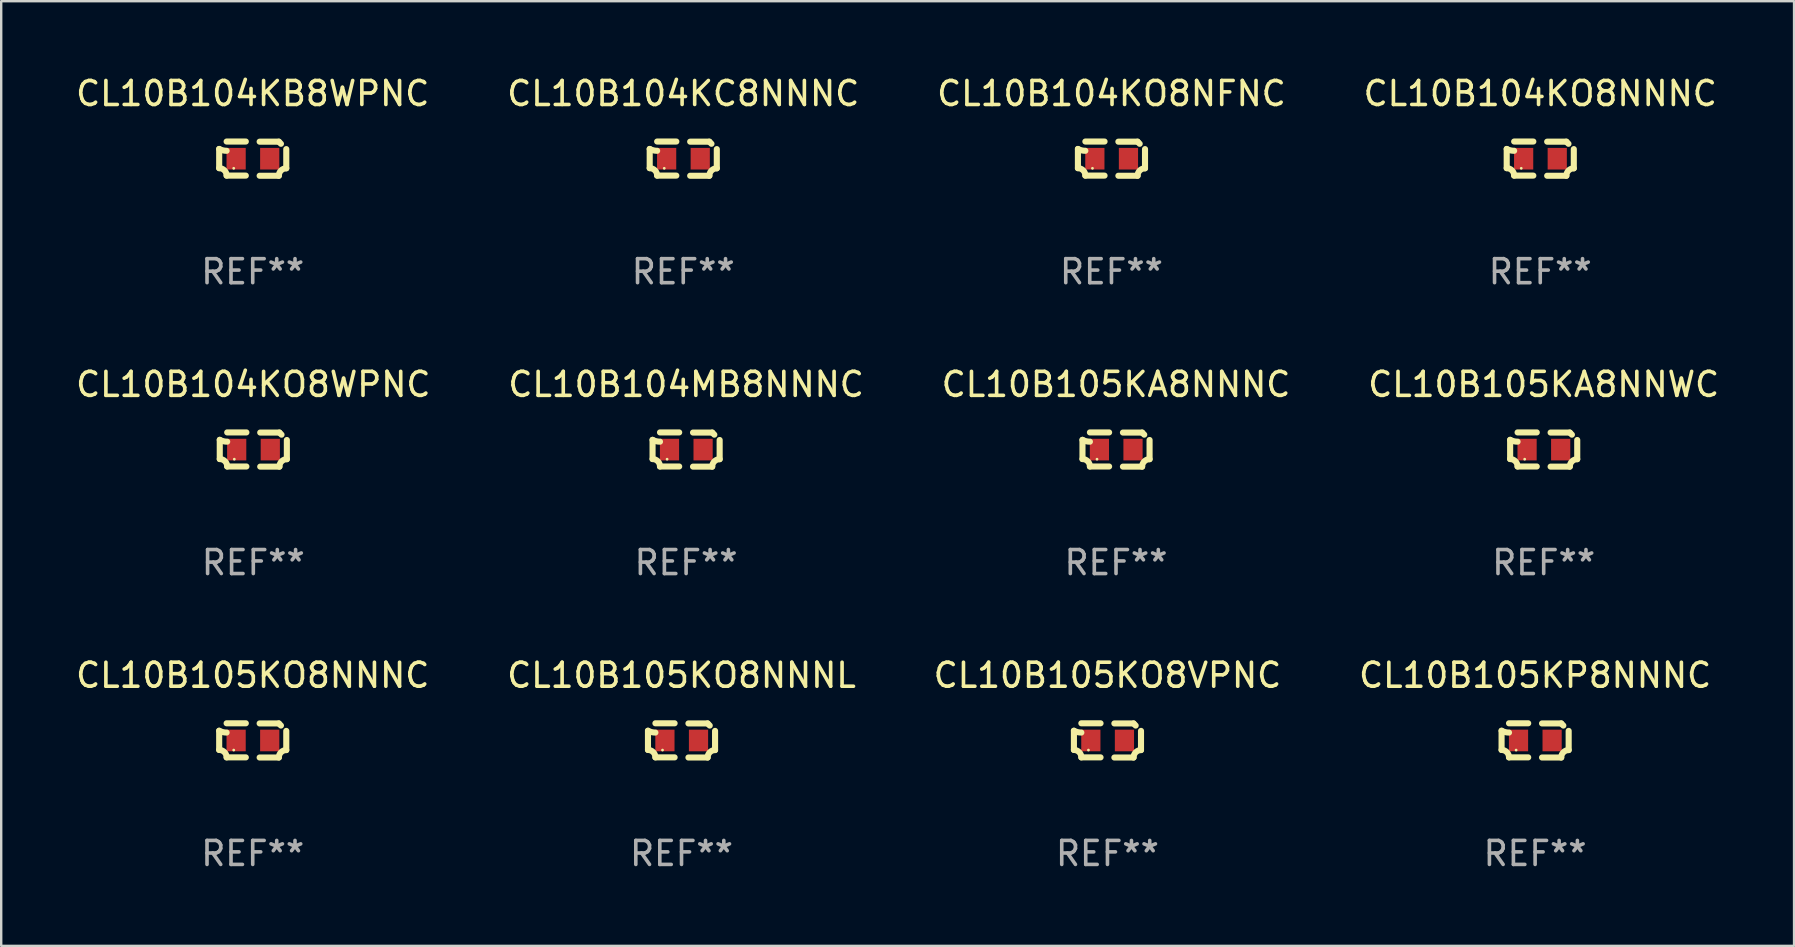
<source format=kicad_pcb>
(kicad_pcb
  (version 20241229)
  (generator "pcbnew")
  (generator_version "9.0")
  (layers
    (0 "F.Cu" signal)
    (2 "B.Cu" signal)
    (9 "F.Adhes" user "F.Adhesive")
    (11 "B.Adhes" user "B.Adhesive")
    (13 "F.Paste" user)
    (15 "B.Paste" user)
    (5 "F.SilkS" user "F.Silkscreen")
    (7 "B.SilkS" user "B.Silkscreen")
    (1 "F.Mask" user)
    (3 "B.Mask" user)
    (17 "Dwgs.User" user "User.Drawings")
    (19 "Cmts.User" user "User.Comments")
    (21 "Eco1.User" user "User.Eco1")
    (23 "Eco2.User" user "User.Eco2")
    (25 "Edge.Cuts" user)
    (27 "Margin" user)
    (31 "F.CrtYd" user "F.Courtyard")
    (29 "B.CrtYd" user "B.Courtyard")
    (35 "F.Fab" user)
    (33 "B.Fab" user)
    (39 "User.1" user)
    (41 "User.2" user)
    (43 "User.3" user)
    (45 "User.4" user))
  (footprint "CL10B105KP8NNNC"
    (layer "F.Cu")
    (at 60.923 27.805)
    (property "Reference" "CL10B105KP8NNNC" (at 0 -2.713 0) (layer "F.SilkS") (effects (font (size 1 1) (thickness 0.15))))
    (attr through_hole)
    (fp_line (start -1.398 -0.403) (end -1.398 0.397) (stroke (width 0.254) (type solid)) (layer "F.SilkS"))
    (fp_line (start -0.288 -0.713) (end -1.088 -0.713) (stroke (width 0.254) (type solid)) (layer "F.SilkS"))
    (fp_line (start -0.288 0.707) (end -1.088 0.707) (stroke (width 0.254) (type solid)) (layer "F.SilkS"))
    (fp_line (start 0.288 -0.707) (end 1.088 -0.707) (stroke (width 0.254) (type solid)) (layer "F.SilkS"))
    (fp_line (start 0.288 0.713) (end 1.088 0.713) (stroke (width 0.254) (type solid)) (layer "F.SilkS"))
    (fp_line (start 1.398 -0.397) (end 1.398 0.403) (stroke (width 0.254) (type solid)) (layer "F.SilkS"))
    (fp_arc (start -1.397789 0.397066) (mid -1.178701 0.487826) (end -1.08796 0.706922) (stroke (width 0.254001) (type solid)) (layer "F.SilkS"))
    (fp_arc (start -1.08796 -0.327176) (mid -1.247436 -0.346384) (end -1.39779 -0.402908) (stroke (width 0.254001) (type solid)) (layer "F.SilkS"))
    (fp_arc (start 1.087909 0.712738) (mid 1.178656 0.493655) (end 1.397739 0.402908) (stroke (width 0.254001) (type solid)) (layer "F.SilkS"))
    (fp_arc (start 1.175925 -0.618926) (mid 1.131917 -0.662923) (end 1.08791 -0.706922) (stroke (width 0.254001) (type solid)) (layer "F.SilkS"))
    (fp_circle (center -0.792 0.403) (end -0.762 0.403) (stroke (width 0.06) (type solid)) (fill no) (layer "F.SilkS"))
    (fp_text user "REF**" (at 0 4.713 0) (layer "F.Fab") (effects (font (size 1 1) (thickness 0.15))))
    (pad "1" smd rect (at -0.692 0.003) (size 0.8 0.9) (layers "F.Cu" "F.Mask" "F.Paste"))
    (pad "2" smd rect (at 0.708 0.003) (size 0.8 0.9) (layers "F.Cu" "F.Mask" "F.Paste")))
  (footprint "CL10B104MB8NNNC"
    (layer "F.Cu")
    (at 25.542 15.683)
    (property "Reference" "CL10B104MB8NNNC" (at 0 -2.713 0) (layer "F.SilkS") (effects (font (size 1 1) (thickness 0.15))))
    (attr through_hole)
    (fp_line (start -1.398 -0.403) (end -1.398 0.397) (stroke (width 0.254) (type solid)) (layer "F.SilkS"))
    (fp_line (start -0.288 -0.713) (end -1.088 -0.713) (stroke (width 0.254) (type solid)) (layer "F.SilkS"))
    (fp_line (start -0.288 0.707) (end -1.088 0.707) (stroke (width 0.254) (type solid)) (layer "F.SilkS"))
    (fp_line (start 0.288 -0.707) (end 1.088 -0.707) (stroke (width 0.254) (type solid)) (layer "F.SilkS"))
    (fp_line (start 0.288 0.713) (end 1.088 0.713) (stroke (width 0.254) (type solid)) (layer "F.SilkS"))
    (fp_line (start 1.398 -0.397) (end 1.398 0.403) (stroke (width 0.254) (type solid)) (layer "F.SilkS"))
    (fp_arc (start -1.397789 0.397066) (mid -1.178701 0.487826) (end -1.08796 0.706922) (stroke (width 0.254001) (type solid)) (layer "F.SilkS"))
    (fp_arc (start -1.08796 -0.327176) (mid -1.247436 -0.346384) (end -1.39779 -0.402908) (stroke (width 0.254001) (type solid)) (layer "F.SilkS"))
    (fp_arc (start 1.087909 0.712738) (mid 1.178656 0.493655) (end 1.397739 0.402908) (stroke (width 0.254001) (type solid)) (layer "F.SilkS"))
    (fp_arc (start 1.175925 -0.618926) (mid 1.131917 -0.662923) (end 1.08791 -0.706922) (stroke (width 0.254001) (type solid)) (layer "F.SilkS"))
    (fp_circle (center -0.792 0.403) (end -0.762 0.403) (stroke (width 0.06) (type solid)) (fill no) (layer "F.SilkS"))
    (fp_text user "REF**" (at 0 4.713 0) (layer "F.Fab") (effects (font (size 1 1) (thickness 0.15))))
    (pad "1" smd rect (at -0.692 0.003) (size 0.8 0.9) (layers "F.Cu" "F.Mask" "F.Paste"))
    (pad "2" smd rect (at 0.708 0.003) (size 0.8 0.9) (layers "F.Cu" "F.Mask" "F.Paste")))
  (footprint "CL10B105KA8NNNC"
    (layer "F.Cu")
    (at 43.458 15.683)
    (property "Reference" "CL10B105KA8NNNC" (at 0 -2.713 0) (layer "F.SilkS") (effects (font (size 1 1) (thickness 0.15))))
    (attr through_hole)
    (fp_line (start -1.398 -0.403) (end -1.398 0.397) (stroke (width 0.254) (type solid)) (layer "F.SilkS"))
    (fp_line (start -0.288 -0.713) (end -1.088 -0.713) (stroke (width 0.254) (type solid)) (layer "F.SilkS"))
    (fp_line (start -0.288 0.707) (end -1.088 0.707) (stroke (width 0.254) (type solid)) (layer "F.SilkS"))
    (fp_line (start 0.288 -0.707) (end 1.088 -0.707) (stroke (width 0.254) (type solid)) (layer "F.SilkS"))
    (fp_line (start 0.288 0.713) (end 1.088 0.713) (stroke (width 0.254) (type solid)) (layer "F.SilkS"))
    (fp_line (start 1.398 -0.397) (end 1.398 0.403) (stroke (width 0.254) (type solid)) (layer "F.SilkS"))
    (fp_arc (start -1.397789 0.397066) (mid -1.178701 0.487826) (end -1.08796 0.706922) (stroke (width 0.254001) (type solid)) (layer "F.SilkS"))
    (fp_arc (start -1.08796 -0.327176) (mid -1.247436 -0.346384) (end -1.39779 -0.402908) (stroke (width 0.254001) (type solid)) (layer "F.SilkS"))
    (fp_arc (start 1.087909 0.712738) (mid 1.178656 0.493655) (end 1.397739 0.402908) (stroke (width 0.254001) (type solid)) (layer "F.SilkS"))
    (fp_arc (start 1.175925 -0.618926) (mid 1.131917 -0.662923) (end 1.08791 -0.706922) (stroke (width 0.254001) (type solid)) (layer "F.SilkS"))
    (fp_circle (center -0.792 0.403) (end -0.762 0.403) (stroke (width 0.06) (type solid)) (fill no) (layer "F.SilkS"))
    (fp_text user "REF**" (at 0 4.713 0) (layer "F.Fab") (effects (font (size 1 1) (thickness 0.15))))
    (pad "1" smd rect (at -0.692 0.003) (size 0.8 0.9) (layers "F.Cu" "F.Mask" "F.Paste"))
    (pad "2" smd rect (at 0.708 0.003) (size 0.8 0.9) (layers "F.Cu" "F.Mask" "F.Paste")))
  (footprint "CL10B105KO8VPNC"
    (layer "F.Cu")
    (at 43.101 27.805)
    (property "Reference" "CL10B105KO8VPNC" (at 0 -2.713 0) (layer "F.SilkS") (effects (font (size 1 1) (thickness 0.15))))
    (attr through_hole)
    (fp_line (start -1.398 -0.403) (end -1.398 0.397) (stroke (width 0.254) (type solid)) (layer "F.SilkS"))
    (fp_line (start -0.288 -0.713) (end -1.088 -0.713) (stroke (width 0.254) (type solid)) (layer "F.SilkS"))
    (fp_line (start -0.288 0.707) (end -1.088 0.707) (stroke (width 0.254) (type solid)) (layer "F.SilkS"))
    (fp_line (start 0.288 -0.707) (end 1.088 -0.707) (stroke (width 0.254) (type solid)) (layer "F.SilkS"))
    (fp_line (start 0.288 0.713) (end 1.088 0.713) (stroke (width 0.254) (type solid)) (layer "F.SilkS"))
    (fp_line (start 1.398 -0.397) (end 1.398 0.403) (stroke (width 0.254) (type solid)) (layer "F.SilkS"))
    (fp_arc (start -1.397789 0.397066) (mid -1.178701 0.487826) (end -1.08796 0.706922) (stroke (width 0.254001) (type solid)) (layer "F.SilkS"))
    (fp_arc (start -1.08796 -0.327176) (mid -1.247436 -0.346384) (end -1.39779 -0.402908) (stroke (width 0.254001) (type solid)) (layer "F.SilkS"))
    (fp_arc (start 1.087909 0.712738) (mid 1.178656 0.493655) (end 1.397739 0.402908) (stroke (width 0.254001) (type solid)) (layer "F.SilkS"))
    (fp_arc (start 1.175925 -0.618926) (mid 1.131917 -0.662923) (end 1.08791 -0.706922) (stroke (width 0.254001) (type solid)) (layer "F.SilkS"))
    (fp_circle (center -0.792 0.403) (end -0.762 0.403) (stroke (width 0.06) (type solid)) (fill no) (layer "F.SilkS"))
    (fp_text user "REF**" (at 0 4.713 0) (layer "F.Fab") (effects (font (size 1 1) (thickness 0.15))))
    (pad "1" smd rect (at -0.692 0.003) (size 0.8 0.9) (layers "F.Cu" "F.Mask" "F.Paste"))
    (pad "2" smd rect (at 0.708 0.003) (size 0.8 0.9) (layers "F.Cu" "F.Mask" "F.Paste")))
  (footprint "CL10B104KO8NNNC"
    (layer "F.Cu")
    (at 61.137 3.561)
    (property "Reference" "CL10B104KO8NNNC" (at 0 -2.713 0) (layer "F.SilkS") (effects (font (size 1 1) (thickness 0.15))))
    (attr through_hole)
    (fp_line (start -1.398 -0.403) (end -1.398 0.397) (stroke (width 0.254) (type solid)) (layer "F.SilkS"))
    (fp_line (start -0.288 -0.713) (end -1.088 -0.713) (stroke (width 0.254) (type solid)) (layer "F.SilkS"))
    (fp_line (start -0.288 0.707) (end -1.088 0.707) (stroke (width 0.254) (type solid)) (layer "F.SilkS"))
    (fp_line (start 0.288 -0.707) (end 1.088 -0.707) (stroke (width 0.254) (type solid)) (layer "F.SilkS"))
    (fp_line (start 0.288 0.713) (end 1.088 0.713) (stroke (width 0.254) (type solid)) (layer "F.SilkS"))
    (fp_line (start 1.398 -0.397) (end 1.398 0.403) (stroke (width 0.254) (type solid)) (layer "F.SilkS"))
    (fp_arc (start -1.397789 0.397066) (mid -1.178701 0.487826) (end -1.08796 0.706922) (stroke (width 0.254001) (type solid)) (layer "F.SilkS"))
    (fp_arc (start -1.08796 -0.327176) (mid -1.247436 -0.346384) (end -1.39779 -0.402908) (stroke (width 0.254001) (type solid)) (layer "F.SilkS"))
    (fp_arc (start 1.087909 0.712738) (mid 1.178656 0.493655) (end 1.397739 0.402908) (stroke (width 0.254001) (type solid)) (layer "F.SilkS"))
    (fp_arc (start 1.175925 -0.618926) (mid 1.131917 -0.662923) (end 1.08791 -0.706922) (stroke (width 0.254001) (type solid)) (layer "F.SilkS"))
    (fp_circle (center -0.792 0.403) (end -0.762 0.403) (stroke (width 0.06) (type solid)) (fill no) (layer "F.SilkS"))
    (fp_text user "REF**" (at 0 4.713 0) (layer "F.Fab") (effects (font (size 1 1) (thickness 0.15))))
    (pad "1" smd rect (at -0.692 0.003) (size 0.8 0.9) (layers "F.Cu" "F.Mask" "F.Paste"))
    (pad "2" smd rect (at 0.708 0.003) (size 0.8 0.9) (layers "F.Cu" "F.Mask" "F.Paste")))
  (footprint "CL10B104KO8NFNC"
    (layer "F.Cu")
    (at 43.268 3.561)
    (property "Reference" "CL10B104KO8NFNC" (at 0 -2.713 0) (layer "F.SilkS") (effects (font (size 1 1) (thickness 0.15))))
    (attr through_hole)
    (fp_line (start -1.398 -0.403) (end -1.398 0.397) (stroke (width 0.254) (type solid)) (layer "F.SilkS"))
    (fp_line (start -0.288 -0.713) (end -1.088 -0.713) (stroke (width 0.254) (type solid)) (layer "F.SilkS"))
    (fp_line (start -0.288 0.707) (end -1.088 0.707) (stroke (width 0.254) (type solid)) (layer "F.SilkS"))
    (fp_line (start 0.288 -0.707) (end 1.088 -0.707) (stroke (width 0.254) (type solid)) (layer "F.SilkS"))
    (fp_line (start 0.288 0.713) (end 1.088 0.713) (stroke (width 0.254) (type solid)) (layer "F.SilkS"))
    (fp_line (start 1.398 -0.397) (end 1.398 0.403) (stroke (width 0.254) (type solid)) (layer "F.SilkS"))
    (fp_arc (start -1.397789 0.397066) (mid -1.178701 0.487826) (end -1.08796 0.706922) (stroke (width 0.254001) (type solid)) (layer "F.SilkS"))
    (fp_arc (start -1.08796 -0.327176) (mid -1.247436 -0.346384) (end -1.39779 -0.402908) (stroke (width 0.254001) (type solid)) (layer "F.SilkS"))
    (fp_arc (start 1.087909 0.712738) (mid 1.178656 0.493655) (end 1.397739 0.402908) (stroke (width 0.254001) (type solid)) (layer "F.SilkS"))
    (fp_arc (start 1.175925 -0.618926) (mid 1.131917 -0.662923) (end 1.08791 -0.706922) (stroke (width 0.254001) (type solid)) (layer "F.SilkS"))
    (fp_circle (center -0.792 0.403) (end -0.762 0.403) (stroke (width 0.06) (type solid)) (fill no) (layer "F.SilkS"))
    (fp_text user "REF**" (at 0 4.713 0) (layer "F.Fab") (effects (font (size 1 1) (thickness 0.15))))
    (pad "1" smd rect (at -0.692 0.003) (size 0.8 0.9) (layers "F.Cu" "F.Mask" "F.Paste"))
    (pad "2" smd rect (at 0.708 0.003) (size 0.8 0.9) (layers "F.Cu" "F.Mask" "F.Paste")))
  (footprint "CL10B104KC8NNNC"
    (layer "F.Cu")
    (at 25.423 3.561)
    (property "Reference" "CL10B104KC8NNNC" (at 0 -2.713 0) (layer "F.SilkS") (effects (font (size 1 1) (thickness 0.15))))
    (attr through_hole)
    (fp_line (start -1.398 -0.403) (end -1.398 0.397) (stroke (width 0.254) (type solid)) (layer "F.SilkS"))
    (fp_line (start -0.288 -0.713) (end -1.088 -0.713) (stroke (width 0.254) (type solid)) (layer "F.SilkS"))
    (fp_line (start -0.288 0.707) (end -1.088 0.707) (stroke (width 0.254) (type solid)) (layer "F.SilkS"))
    (fp_line (start 0.288 -0.707) (end 1.088 -0.707) (stroke (width 0.254) (type solid)) (layer "F.SilkS"))
    (fp_line (start 0.288 0.713) (end 1.088 0.713) (stroke (width 0.254) (type solid)) (layer "F.SilkS"))
    (fp_line (start 1.398 -0.397) (end 1.398 0.403) (stroke (width 0.254) (type solid)) (layer "F.SilkS"))
    (fp_arc (start -1.397789 0.397066) (mid -1.178701 0.487826) (end -1.08796 0.706922) (stroke (width 0.254001) (type solid)) (layer "F.SilkS"))
    (fp_arc (start -1.08796 -0.327176) (mid -1.247436 -0.346384) (end -1.39779 -0.402908) (stroke (width 0.254001) (type solid)) (layer "F.SilkS"))
    (fp_arc (start 1.087909 0.712738) (mid 1.178656 0.493655) (end 1.397739 0.402908) (stroke (width 0.254001) (type solid)) (layer "F.SilkS"))
    (fp_arc (start 1.175925 -0.618926) (mid 1.131917 -0.662923) (end 1.08791 -0.706922) (stroke (width 0.254001) (type solid)) (layer "F.SilkS"))
    (fp_circle (center -0.792 0.403) (end -0.762 0.403) (stroke (width 0.06) (type solid)) (fill no) (layer "F.SilkS"))
    (fp_text user "REF**" (at 0 4.713 0) (layer "F.Fab") (effects (font (size 1 1) (thickness 0.15))))
    (pad "1" smd rect (at -0.692 0.003) (size 0.8 0.9) (layers "F.Cu" "F.Mask" "F.Paste"))
    (pad "2" smd rect (at 0.708 0.003) (size 0.8 0.9) (layers "F.Cu" "F.Mask" "F.Paste")))
  (footprint "CL10B105KO8NNNC"
    (layer "F.Cu")
    (at 7.482 27.805)
    (property "Reference" "CL10B105KO8NNNC" (at 0 -2.713 0) (layer "F.SilkS") (effects (font (size 1 1) (thickness 0.15))))
    (attr through_hole)
    (fp_line (start -1.398 -0.403) (end -1.398 0.397) (stroke (width 0.254) (type solid)) (layer "F.SilkS"))
    (fp_line (start -0.288 -0.713) (end -1.088 -0.713) (stroke (width 0.254) (type solid)) (layer "F.SilkS"))
    (fp_line (start -0.288 0.707) (end -1.088 0.707) (stroke (width 0.254) (type solid)) (layer "F.SilkS"))
    (fp_line (start 0.288 -0.707) (end 1.088 -0.707) (stroke (width 0.254) (type solid)) (layer "F.SilkS"))
    (fp_line (start 0.288 0.713) (end 1.088 0.713) (stroke (width 0.254) (type solid)) (layer "F.SilkS"))
    (fp_line (start 1.398 -0.397) (end 1.398 0.403) (stroke (width 0.254) (type solid)) (layer "F.SilkS"))
    (fp_arc (start -1.397789 0.397066) (mid -1.178701 0.487826) (end -1.08796 0.706922) (stroke (width 0.254001) (type solid)) (layer "F.SilkS"))
    (fp_arc (start -1.08796 -0.327176) (mid -1.247436 -0.346384) (end -1.39779 -0.402908) (stroke (width 0.254001) (type solid)) (layer "F.SilkS"))
    (fp_arc (start 1.087909 0.712738) (mid 1.178656 0.493655) (end 1.397739 0.402908) (stroke (width 0.254001) (type solid)) (layer "F.SilkS"))
    (fp_arc (start 1.175925 -0.618926) (mid 1.131917 -0.662923) (end 1.08791 -0.706922) (stroke (width 0.254001) (type solid)) (layer "F.SilkS"))
    (fp_circle (center -0.792 0.403) (end -0.762 0.403) (stroke (width 0.06) (type solid)) (fill no) (layer "F.SilkS"))
    (fp_text user "REF**" (at 0 4.713 0) (layer "F.Fab") (effects (font (size 1 1) (thickness 0.15))))
    (pad "1" smd rect (at -0.692 0.003) (size 0.8 0.9) (layers "F.Cu" "F.Mask" "F.Paste"))
    (pad "2" smd rect (at 0.708 0.003) (size 0.8 0.9) (layers "F.Cu" "F.Mask" "F.Paste")))
  (footprint "CL10B105KA8NNWC"
    (layer "F.Cu")
    (at 61.28 15.683)
    (property "Reference" "CL10B105KA8NNWC" (at 0 -2.713 0) (layer "F.SilkS") (effects (font (size 1 1) (thickness 0.15))))
    (attr through_hole)
    (fp_line (start -1.398 -0.403) (end -1.398 0.397) (stroke (width 0.254) (type solid)) (layer "F.SilkS"))
    (fp_line (start -0.288 -0.713) (end -1.088 -0.713) (stroke (width 0.254) (type solid)) (layer "F.SilkS"))
    (fp_line (start -0.288 0.707) (end -1.088 0.707) (stroke (width 0.254) (type solid)) (layer "F.SilkS"))
    (fp_line (start 0.288 -0.707) (end 1.088 -0.707) (stroke (width 0.254) (type solid)) (layer "F.SilkS"))
    (fp_line (start 0.288 0.713) (end 1.088 0.713) (stroke (width 0.254) (type solid)) (layer "F.SilkS"))
    (fp_line (start 1.398 -0.397) (end 1.398 0.403) (stroke (width 0.254) (type solid)) (layer "F.SilkS"))
    (fp_arc (start -1.397789 0.397066) (mid -1.178701 0.487826) (end -1.08796 0.706922) (stroke (width 0.254001) (type solid)) (layer "F.SilkS"))
    (fp_arc (start -1.08796 -0.327176) (mid -1.247436 -0.346384) (end -1.39779 -0.402908) (stroke (width 0.254001) (type solid)) (layer "F.SilkS"))
    (fp_arc (start 1.087909 0.712738) (mid 1.178656 0.493655) (end 1.397739 0.402908) (stroke (width 0.254001) (type solid)) (layer "F.SilkS"))
    (fp_arc (start 1.175925 -0.618926) (mid 1.131917 -0.662923) (end 1.08791 -0.706922) (stroke (width 0.254001) (type solid)) (layer "F.SilkS"))
    (fp_circle (center -0.792 0.403) (end -0.762 0.403) (stroke (width 0.06) (type solid)) (fill no) (layer "F.SilkS"))
    (fp_text user "REF**" (at 0 4.713 0) (layer "F.Fab") (effects (font (size 1 1) (thickness 0.15))))
    (pad "1" smd rect (at -0.692 0.003) (size 0.8 0.9) (layers "F.Cu" "F.Mask" "F.Paste"))
    (pad "2" smd rect (at 0.708 0.003) (size 0.8 0.9) (layers "F.Cu" "F.Mask" "F.Paste")))
  (footprint "CL10B104KO8WPNC"
    (layer "F.Cu")
    (at 7.506 15.683)
    (property "Reference" "CL10B104KO8WPNC" (at 0 -2.713 0) (layer "F.SilkS") (effects (font (size 1 1) (thickness 0.15))))
    (attr through_hole)
    (fp_line (start -1.398 -0.403) (end -1.398 0.397) (stroke (width 0.254) (type solid)) (layer "F.SilkS"))
    (fp_line (start -0.288 -0.713) (end -1.088 -0.713) (stroke (width 0.254) (type solid)) (layer "F.SilkS"))
    (fp_line (start -0.288 0.707) (end -1.088 0.707) (stroke (width 0.254) (type solid)) (layer "F.SilkS"))
    (fp_line (start 0.288 -0.707) (end 1.088 -0.707) (stroke (width 0.254) (type solid)) (layer "F.SilkS"))
    (fp_line (start 0.288 0.713) (end 1.088 0.713) (stroke (width 0.254) (type solid)) (layer "F.SilkS"))
    (fp_line (start 1.398 -0.397) (end 1.398 0.403) (stroke (width 0.254) (type solid)) (layer "F.SilkS"))
    (fp_arc (start -1.397789 0.397066) (mid -1.178701 0.487826) (end -1.08796 0.706922) (stroke (width 0.254001) (type solid)) (layer "F.SilkS"))
    (fp_arc (start -1.08796 -0.327176) (mid -1.247436 -0.346384) (end -1.39779 -0.402908) (stroke (width 0.254001) (type solid)) (layer "F.SilkS"))
    (fp_arc (start 1.087909 0.712738) (mid 1.178656 0.493655) (end 1.397739 0.402908) (stroke (width 0.254001) (type solid)) (layer "F.SilkS"))
    (fp_arc (start 1.175925 -0.618926) (mid 1.131917 -0.662923) (end 1.08791 -0.706922) (stroke (width 0.254001) (type solid)) (layer "F.SilkS"))
    (fp_circle (center -0.792 0.403) (end -0.762 0.403) (stroke (width 0.06) (type solid)) (fill no) (layer "F.SilkS"))
    (fp_text user "REF**" (at 0 4.713 0) (layer "F.Fab") (effects (font (size 1 1) (thickness 0.15))))
    (pad "1" smd rect (at -0.692 0.003) (size 0.8 0.9) (layers "F.Cu" "F.Mask" "F.Paste"))
    (pad "2" smd rect (at 0.708 0.003) (size 0.8 0.9) (layers "F.Cu" "F.Mask" "F.Paste")))
  (footprint "CL10B105KO8NNNL"
    (layer "F.Cu")
    (at 25.351 27.805)
    (property "Reference" "CL10B105KO8NNNL" (at 0 -2.713 0) (layer "F.SilkS") (effects (font (size 1 1) (thickness 0.15))))
    (attr through_hole)
    (fp_line (start -1.398 -0.403) (end -1.398 0.397) (stroke (width 0.254) (type solid)) (layer "F.SilkS"))
    (fp_line (start -0.288 -0.713) (end -1.088 -0.713) (stroke (width 0.254) (type solid)) (layer "F.SilkS"))
    (fp_line (start -0.288 0.707) (end -1.088 0.707) (stroke (width 0.254) (type solid)) (layer "F.SilkS"))
    (fp_line (start 0.288 -0.707) (end 1.088 -0.707) (stroke (width 0.254) (type solid)) (layer "F.SilkS"))
    (fp_line (start 0.288 0.713) (end 1.088 0.713) (stroke (width 0.254) (type solid)) (layer "F.SilkS"))
    (fp_line (start 1.398 -0.397) (end 1.398 0.403) (stroke (width 0.254) (type solid)) (layer "F.SilkS"))
    (fp_arc (start -1.397789 0.397066) (mid -1.178701 0.487826) (end -1.08796 0.706922) (stroke (width 0.254001) (type solid)) (layer "F.SilkS"))
    (fp_arc (start -1.08796 -0.327176) (mid -1.247436 -0.346384) (end -1.39779 -0.402908) (stroke (width 0.254001) (type solid)) (layer "F.SilkS"))
    (fp_arc (start 1.087909 0.712738) (mid 1.178656 0.493655) (end 1.397739 0.402908) (stroke (width 0.254001) (type solid)) (layer "F.SilkS"))
    (fp_arc (start 1.175925 -0.618926) (mid 1.131917 -0.662923) (end 1.08791 -0.706922) (stroke (width 0.254001) (type solid)) (layer "F.SilkS"))
    (fp_circle (center -0.792 0.403) (end -0.762 0.403) (stroke (width 0.06) (type solid)) (fill no) (layer "F.SilkS"))
    (fp_text user "REF**" (at 0 4.713 0) (layer "F.Fab") (effects (font (size 1 1) (thickness 0.15))))
    (pad "1" smd rect (at -0.692 0.003) (size 0.8 0.9) (layers "F.Cu" "F.Mask" "F.Paste"))
    (pad "2" smd rect (at 0.708 0.003) (size 0.8 0.9) (layers "F.Cu" "F.Mask" "F.Paste")))
  (footprint "CL10B104KB8WPNC"
    (layer "F.Cu")
    (at 7.482 3.561)
    (property "Reference" "CL10B104KB8WPNC" (at 0 -2.713 0) (layer "F.SilkS") (effects (font (size 1 1) (thickness 0.15))))
    (attr through_hole)
    (fp_line (start -1.398 -0.403) (end -1.398 0.397) (stroke (width 0.254) (type solid)) (layer "F.SilkS"))
    (fp_line (start -0.288 -0.713) (end -1.088 -0.713) (stroke (width 0.254) (type solid)) (layer "F.SilkS"))
    (fp_line (start -0.288 0.707) (end -1.088 0.707) (stroke (width 0.254) (type solid)) (layer "F.SilkS"))
    (fp_line (start 0.288 -0.707) (end 1.088 -0.707) (stroke (width 0.254) (type solid)) (layer "F.SilkS"))
    (fp_line (start 0.288 0.713) (end 1.088 0.713) (stroke (width 0.254) (type solid)) (layer "F.SilkS"))
    (fp_line (start 1.398 -0.397) (end 1.398 0.403) (stroke (width 0.254) (type solid)) (layer "F.SilkS"))
    (fp_arc (start -1.397789 0.397066) (mid -1.178701 0.487826) (end -1.08796 0.706922) (stroke (width 0.254001) (type solid)) (layer "F.SilkS"))
    (fp_arc (start -1.08796 -0.327176) (mid -1.247436 -0.346384) (end -1.39779 -0.402908) (stroke (width 0.254001) (type solid)) (layer "F.SilkS"))
    (fp_arc (start 1.087909 0.712738) (mid 1.178656 0.493655) (end 1.397739 0.402908) (stroke (width 0.254001) (type solid)) (layer "F.SilkS"))
    (fp_arc (start 1.175925 -0.618926) (mid 1.131917 -0.662923) (end 1.08791 -0.706922) (stroke (width 0.254001) (type solid)) (layer "F.SilkS"))
    (fp_circle (center -0.792 0.403) (end -0.762 0.403) (stroke (width 0.06) (type solid)) (fill no) (layer "F.SilkS"))
    (fp_text user "REF**" (at 0 4.713 0) (layer "F.Fab") (effects (font (size 1 1) (thickness 0.15))))
    (pad "1" smd rect (at -0.692 0.003) (size 0.8 0.9) (layers "F.Cu" "F.Mask" "F.Paste"))
    (pad "2" smd rect (at 0.708 0.003) (size 0.8 0.9) (layers "F.Cu" "F.Mask" "F.Paste")))
  (gr_rect
    (start -3 -3)
    (end 71.714 36.366)
    (stroke (width 0.1) (type default))
    (fill no)
    (layer "Edge.Cuts")))
</source>
